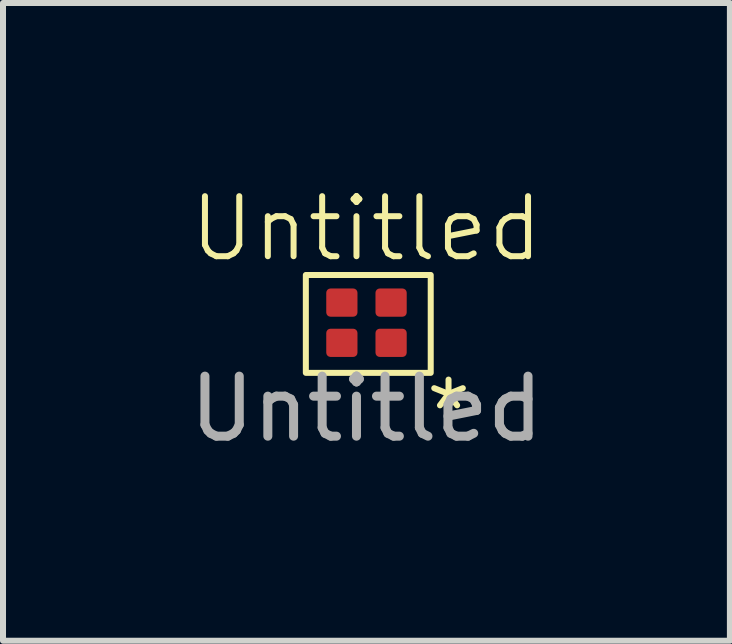
<source format=kicad_pcb>
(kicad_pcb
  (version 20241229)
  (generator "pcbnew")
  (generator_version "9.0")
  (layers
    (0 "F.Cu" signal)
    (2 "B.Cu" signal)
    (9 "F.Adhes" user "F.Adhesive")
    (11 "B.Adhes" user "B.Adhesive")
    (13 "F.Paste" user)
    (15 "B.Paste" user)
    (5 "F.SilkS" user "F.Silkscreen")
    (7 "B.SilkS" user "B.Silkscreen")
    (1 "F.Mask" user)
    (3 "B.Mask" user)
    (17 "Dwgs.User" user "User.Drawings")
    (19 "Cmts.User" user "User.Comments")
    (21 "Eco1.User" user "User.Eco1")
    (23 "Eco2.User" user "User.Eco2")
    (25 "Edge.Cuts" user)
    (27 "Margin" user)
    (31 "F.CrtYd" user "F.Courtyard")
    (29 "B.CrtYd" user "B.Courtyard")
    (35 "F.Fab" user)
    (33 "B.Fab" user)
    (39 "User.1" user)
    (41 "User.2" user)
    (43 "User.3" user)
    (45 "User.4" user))
  (footprint "Untitled"
    (layer "F.Cu")
    (at 3.054 1.26)
    (property "Reference" "Untitled" (at 0 -0.5 0) (unlocked yes) (layer "F.SilkS") (effects (font (size 1 1) (thickness 0.1))))
    (attr smd)
    (fp_rect (start -1.01 0.27) (end 1.07 1.9) (stroke (width 0.1) (type default)) (fill no) (layer "F.SilkS"))
    (fp_text user "*" (at 0.92 3.14 0) (unlocked yes) (layer "F.SilkS") (effects (font (size 1 1) (thickness 0.1)) (justify left bottom)))
    (fp_text user "${REFERENCE}" (at 0 2.5 0) (unlocked yes) (layer "F.Fab") (effects (font (size 1 1) (thickness 0.15))))
    (pad "1" smd roundrect (at -0.41 1.4) (size 0.52 0.47) (layers "F.Cu" "F.Mask" "F.Paste") (roundrect_rratio 0.15))
    (pad "2" smd roundrect (at 0.41 1.4) (size 0.52 0.47) (layers "F.Cu" "F.Mask" "F.Paste") (roundrect_rratio 0.15))
    (pad "3" smd roundrect (at 0.41 0.73) (size 0.52 0.47) (layers "F.Cu" "F.Mask" "F.Paste") (roundrect_rratio 0.15))
    (pad "4" smd roundrect (at -0.41 0.73) (size 0.52 0.47) (layers "F.Cu" "F.Mask" "F.Paste") (roundrect_rratio 0.15)))
  (gr_rect
    (start -3 -3)
    (end 9.107 7.622)
    (stroke (width 0.1) (type default))
    (fill no)
    (layer "Edge.Cuts")))
</source>
